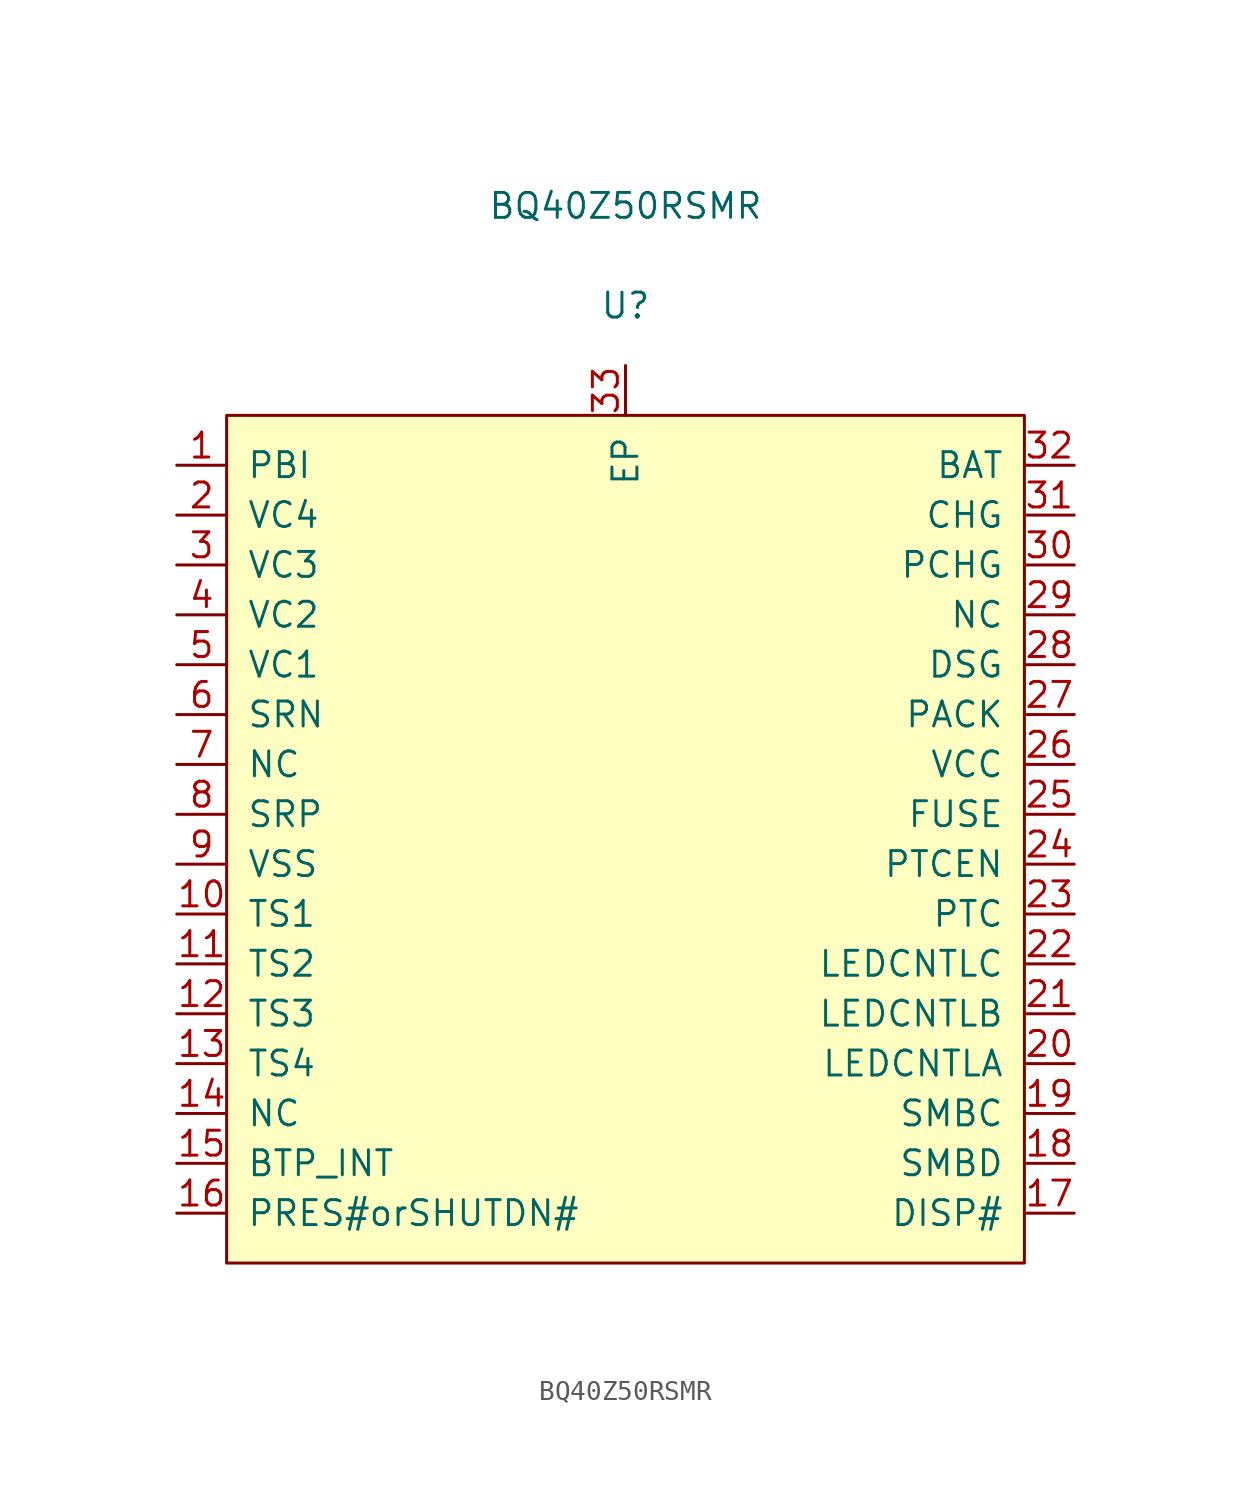
<source format=kicad_sym>
(kicad_symbol_lib
  (version 20220914)
  (generator kicad_symbol_editor)
  (symbol "BQ40Z50RSMR"
    (pin_names
      (offset 1.016))
    (property "Reference" "U"
      (at 0 27.178 0)
      (effects (font (size 1.27 1.27))))
    (property "Value" "BQ40Z50RSMR"
      (at 0 32.258 0)
      (effects (font (size 1.27 1.27))))
    (symbol "BQ40Z50RSMR_1_1"
      (rectangle (start -20.32 21.59) (end 20.32 -21.59) (stroke (width 0.152) (type solid)) (fill (type background)))
      (pin bidirectional line (at -22.86 19.05 0) (length 2.54) (name "PBI" (effects (font (size 1.27 1.27)))) (number "1" (effects (font (size 1.27 1.27)))))
      (pin bidirectional line (at -22.86 -3.81 0) (length 2.54) (name "TS1" (effects (font (size 1.27 1.27)))) (number "10" (effects (font (size 1.27 1.27)))))
      (pin bidirectional line (at -22.86 -6.35 0) (length 2.54) (name "TS2" (effects (font (size 1.27 1.27)))) (number "11" (effects (font (size 1.27 1.27)))))
      (pin bidirectional line (at -22.86 -8.89 0) (length 2.54) (name "TS3" (effects (font (size 1.27 1.27)))) (number "12" (effects (font (size 1.27 1.27)))))
      (pin bidirectional line (at -22.86 -11.43 0) (length 2.54) (name "TS4" (effects (font (size 1.27 1.27)))) (number "13" (effects (font (size 1.27 1.27)))))
      (pin bidirectional line (at -22.86 -13.97 0) (length 2.54) (name "NC" (effects (font (size 1.27 1.27)))) (number "14" (effects (font (size 1.27 1.27)))))
      (pin bidirectional line (at -22.86 -16.51 0) (length 2.54) (name "BTP_INT" (effects (font (size 1.27 1.27)))) (number "15" (effects (font (size 1.27 1.27)))))
      (pin bidirectional line (at -22.86 -19.05 0) (length 2.54) (name "PRES#orSHUTDN#" (effects (font (size 1.27 1.27)))) (number "16" (effects (font (size 1.27 1.27)))))
      (pin bidirectional line (at 22.86 -19.05 180) (length 2.54) (name "DISP#" (effects (font (size 1.27 1.27)))) (number "17" (effects (font (size 1.27 1.27)))))
      (pin bidirectional line (at 22.86 -16.51 180) (length 2.54) (name "SMBD" (effects (font (size 1.27 1.27)))) (number "18" (effects (font (size 1.27 1.27)))))
      (pin bidirectional line (at 22.86 -13.97 180) (length 2.54) (name "SMBC" (effects (font (size 1.27 1.27)))) (number "19" (effects (font (size 1.27 1.27)))))
      (pin bidirectional line (at -22.86 16.51 0) (length 2.54) (name "VC4" (effects (font (size 1.27 1.27)))) (number "2" (effects (font (size 1.27 1.27)))))
      (pin bidirectional line (at 22.86 -11.43 180) (length 2.54) (name "LEDCNTLA" (effects (font (size 1.27 1.27)))) (number "20" (effects (font (size 1.27 1.27)))))
      (pin bidirectional line (at 22.86 -8.89 180) (length 2.54) (name "LEDCNTLB" (effects (font (size 1.27 1.27)))) (number "21" (effects (font (size 1.27 1.27)))))
      (pin bidirectional line (at 22.86 -6.35 180) (length 2.54) (name "LEDCNTLC" (effects (font (size 1.27 1.27)))) (number "22" (effects (font (size 1.27 1.27)))))
      (pin bidirectional line (at 22.86 -3.81 180) (length 2.54) (name "PTC" (effects (font (size 1.27 1.27)))) (number "23" (effects (font (size 1.27 1.27)))))
      (pin bidirectional line (at 22.86 -1.27 180) (length 2.54) (name "PTCEN" (effects (font (size 1.27 1.27)))) (number "24" (effects (font (size 1.27 1.27)))))
      (pin bidirectional line (at 22.86 1.27 180) (length 2.54) (name "FUSE" (effects (font (size 1.27 1.27)))) (number "25" (effects (font (size 1.27 1.27)))))
      (pin power_in line (at 22.86 3.81 180) (length 2.54) (name "VCC" (effects (font (size 1.27 1.27)))) (number "26" (effects (font (size 1.27 1.27)))))
      (pin bidirectional line (at 22.86 6.35 180) (length 2.54) (name "PACK" (effects (font (size 1.27 1.27)))) (number "27" (effects (font (size 1.27 1.27)))))
      (pin bidirectional line (at 22.86 8.89 180) (length 2.54) (name "DSG" (effects (font (size 1.27 1.27)))) (number "28" (effects (font (size 1.27 1.27)))))
      (pin bidirectional line (at 22.86 11.43 180) (length 2.54) (name "NC" (effects (font (size 1.27 1.27)))) (number "29" (effects (font (size 1.27 1.27)))))
      (pin bidirectional line (at -22.86 13.97 0) (length 2.54) (name "VC3" (effects (font (size 1.27 1.27)))) (number "3" (effects (font (size 1.27 1.27)))))
      (pin bidirectional line (at 22.86 13.97 180) (length 2.54) (name "PCHG" (effects (font (size 1.27 1.27)))) (number "30" (effects (font (size 1.27 1.27)))))
      (pin bidirectional line (at 22.86 16.51 180) (length 2.54) (name "CHG" (effects (font (size 1.27 1.27)))) (number "31" (effects (font (size 1.27 1.27)))))
      (pin bidirectional line (at 22.86 19.05 180) (length 2.54) (name "BAT" (effects (font (size 1.27 1.27)))) (number "32" (effects (font (size 1.27 1.27)))))
      (pin power_in line (at 0 24.13 270) (length 2.54) (name "EP" (effects (font (size 1.27 1.27)))) (number "33" (effects (font (size 1.27 1.27)))))
      (pin bidirectional line (at -22.86 11.43 0) (length 2.54) (name "VC2" (effects (font (size 1.27 1.27)))) (number "4" (effects (font (size 1.27 1.27)))))
      (pin bidirectional line (at -22.86 8.89 0) (length 2.54) (name "VC1" (effects (font (size 1.27 1.27)))) (number "5" (effects (font (size 1.27 1.27)))))
      (pin bidirectional line (at -22.86 6.35 0) (length 2.54) (name "SRN" (effects (font (size 1.27 1.27)))) (number "6" (effects (font (size 1.27 1.27)))))
      (pin bidirectional line (at -22.86 3.81 0) (length 2.54) (name "NC" (effects (font (size 1.27 1.27)))) (number "7" (effects (font (size 1.27 1.27)))))
      (pin bidirectional line (at -22.86 1.27 0) (length 2.54) (name "SRP" (effects (font (size 1.27 1.27)))) (number "8" (effects (font (size 1.27 1.27)))))
      (pin power_in line (at -22.86 -1.27 0) (length 2.54) (name "VSS" (effects (font (size 1.27 1.27)))) (number "9" (effects (font (size 1.27 1.27))))))))
</source>
